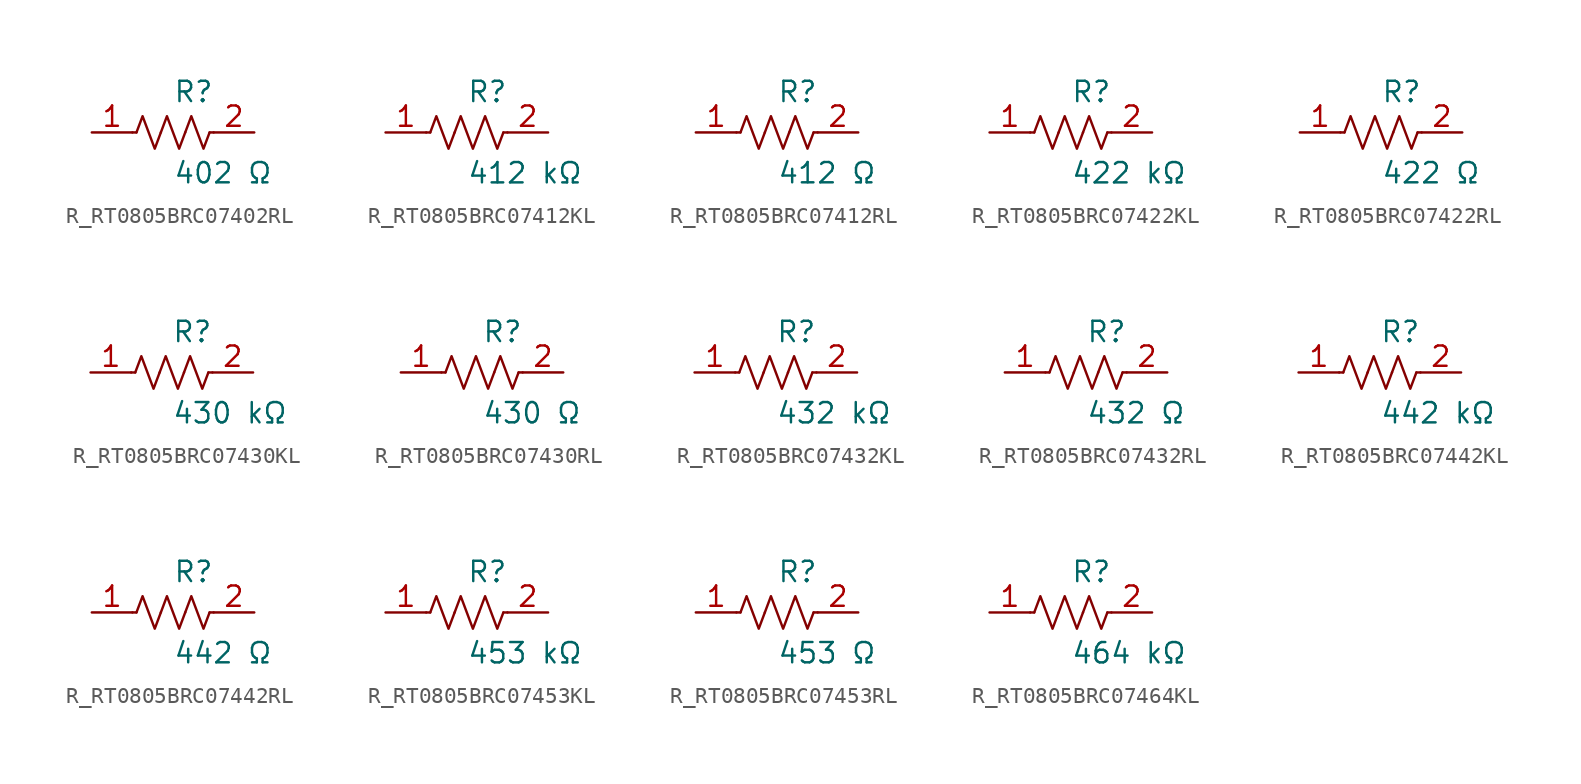
<source format=kicad_sym>
(kicad_symbol_lib
  (version 20231120)
  (generator kicad_symbol_editor)
  (generator_version 8.0)
  (symbol "R_RT0805BRC07402RL"
    (pin_names
      (offset 0.254))
    (property "Reference" "R"
      (at 0 2.54 0)
      (effects (font (size 1.27 1.27)) (justify left)))
    (property "Value" "402 Ω"
      (at 0 -2.54 0)
      (effects (font (size 1.27 1.27)) (justify left)))
    (symbol "R_RT0805BRC07402RL_0_1"
      (polyline (pts (xy 2.286 0) (xy 2.54 0)) (stroke (width 0) (type default)) (fill (type none)))
      (polyline (pts (xy -2.286 0) (xy -2.54 0)) (stroke (width 0) (type default)) (fill (type none)))
      (polyline (pts (xy 0.762 0) (xy 1.143 1.016) (xy 1.524 0) (xy 1.905 -1.016) (xy 2.286 0)) (stroke (width 0) (type default)) (fill (type none)))
      (polyline (pts (xy -0.762 0) (xy -0.381 1.016) (xy 0 0) (xy 0.381 -1.016) (xy 0.762 0)) (stroke (width 0) (type default)) (fill (type none)))
      (polyline (pts (xy -2.286 0) (xy -1.905 1.016) (xy -1.524 0) (xy -1.143 -1.016) (xy -0.762 0)) (stroke (width 0) (type default)) (fill (type none))))
    (pin unspecified line
      (at -5.08 0 0)
      (length 2.54)
      (name "" (effects (font (size 1.27 1.27))))
      (number "1" (effects (font (size 1.27 1.27)))))
    (pin unspecified line
      (at 5.08 0 180)
      (length 2.54)
      (name "" (effects (font (size 1.27 1.27))))
      (number "2" (effects (font (size 1.27 1.27))))))
  (symbol "R_RT0805BRC07412KL"
    (pin_names
      (offset 0.254))
    (property "Reference" "R"
      (at 0 2.54 0)
      (effects (font (size 1.27 1.27)) (justify left)))
    (property "Value" "412 kΩ"
      (at 0 -2.54 0)
      (effects (font (size 1.27 1.27)) (justify left)))
    (symbol "R_RT0805BRC07412KL_0_1"
      (polyline (pts (xy 2.286 0) (xy 2.54 0)) (stroke (width 0) (type default)) (fill (type none)))
      (polyline (pts (xy -2.286 0) (xy -2.54 0)) (stroke (width 0) (type default)) (fill (type none)))
      (polyline (pts (xy 0.762 0) (xy 1.143 1.016) (xy 1.524 0) (xy 1.905 -1.016) (xy 2.286 0)) (stroke (width 0) (type default)) (fill (type none)))
      (polyline (pts (xy -0.762 0) (xy -0.381 1.016) (xy 0 0) (xy 0.381 -1.016) (xy 0.762 0)) (stroke (width 0) (type default)) (fill (type none)))
      (polyline (pts (xy -2.286 0) (xy -1.905 1.016) (xy -1.524 0) (xy -1.143 -1.016) (xy -0.762 0)) (stroke (width 0) (type default)) (fill (type none))))
    (pin unspecified line
      (at -5.08 0 0)
      (length 2.54)
      (name "" (effects (font (size 1.27 1.27))))
      (number "1" (effects (font (size 1.27 1.27)))))
    (pin unspecified line
      (at 5.08 0 180)
      (length 2.54)
      (name "" (effects (font (size 1.27 1.27))))
      (number "2" (effects (font (size 1.27 1.27))))))
  (symbol "R_RT0805BRC07412RL"
    (pin_names
      (offset 0.254))
    (property "Reference" "R"
      (at 0 2.54 0)
      (effects (font (size 1.27 1.27)) (justify left)))
    (property "Value" "412 Ω"
      (at 0 -2.54 0)
      (effects (font (size 1.27 1.27)) (justify left)))
    (symbol "R_RT0805BRC07412RL_0_1"
      (polyline (pts (xy 2.286 0) (xy 2.54 0)) (stroke (width 0) (type default)) (fill (type none)))
      (polyline (pts (xy -2.286 0) (xy -2.54 0)) (stroke (width 0) (type default)) (fill (type none)))
      (polyline (pts (xy 0.762 0) (xy 1.143 1.016) (xy 1.524 0) (xy 1.905 -1.016) (xy 2.286 0)) (stroke (width 0) (type default)) (fill (type none)))
      (polyline (pts (xy -0.762 0) (xy -0.381 1.016) (xy 0 0) (xy 0.381 -1.016) (xy 0.762 0)) (stroke (width 0) (type default)) (fill (type none)))
      (polyline (pts (xy -2.286 0) (xy -1.905 1.016) (xy -1.524 0) (xy -1.143 -1.016) (xy -0.762 0)) (stroke (width 0) (type default)) (fill (type none))))
    (pin unspecified line
      (at -5.08 0 0)
      (length 2.54)
      (name "" (effects (font (size 1.27 1.27))))
      (number "1" (effects (font (size 1.27 1.27)))))
    (pin unspecified line
      (at 5.08 0 180)
      (length 2.54)
      (name "" (effects (font (size 1.27 1.27))))
      (number "2" (effects (font (size 1.27 1.27))))))
  (symbol "R_RT0805BRC07422KL"
    (pin_names
      (offset 0.254))
    (property "Reference" "R"
      (at 0 2.54 0)
      (effects (font (size 1.27 1.27)) (justify left)))
    (property "Value" "422 kΩ"
      (at 0 -2.54 0)
      (effects (font (size 1.27 1.27)) (justify left)))
    (symbol "R_RT0805BRC07422KL_0_1"
      (polyline (pts (xy 2.286 0) (xy 2.54 0)) (stroke (width 0) (type default)) (fill (type none)))
      (polyline (pts (xy -2.286 0) (xy -2.54 0)) (stroke (width 0) (type default)) (fill (type none)))
      (polyline (pts (xy 0.762 0) (xy 1.143 1.016) (xy 1.524 0) (xy 1.905 -1.016) (xy 2.286 0)) (stroke (width 0) (type default)) (fill (type none)))
      (polyline (pts (xy -0.762 0) (xy -0.381 1.016) (xy 0 0) (xy 0.381 -1.016) (xy 0.762 0)) (stroke (width 0) (type default)) (fill (type none)))
      (polyline (pts (xy -2.286 0) (xy -1.905 1.016) (xy -1.524 0) (xy -1.143 -1.016) (xy -0.762 0)) (stroke (width 0) (type default)) (fill (type none))))
    (pin unspecified line
      (at -5.08 0 0)
      (length 2.54)
      (name "" (effects (font (size 1.27 1.27))))
      (number "1" (effects (font (size 1.27 1.27)))))
    (pin unspecified line
      (at 5.08 0 180)
      (length 2.54)
      (name "" (effects (font (size 1.27 1.27))))
      (number "2" (effects (font (size 1.27 1.27))))))
  (symbol "R_RT0805BRC07422RL"
    (pin_names
      (offset 0.254))
    (property "Reference" "R"
      (at 0 2.54 0)
      (effects (font (size 1.27 1.27)) (justify left)))
    (property "Value" "422 Ω"
      (at 0 -2.54 0)
      (effects (font (size 1.27 1.27)) (justify left)))
    (symbol "R_RT0805BRC07422RL_0_1"
      (polyline (pts (xy 2.286 0) (xy 2.54 0)) (stroke (width 0) (type default)) (fill (type none)))
      (polyline (pts (xy -2.286 0) (xy -2.54 0)) (stroke (width 0) (type default)) (fill (type none)))
      (polyline (pts (xy 0.762 0) (xy 1.143 1.016) (xy 1.524 0) (xy 1.905 -1.016) (xy 2.286 0)) (stroke (width 0) (type default)) (fill (type none)))
      (polyline (pts (xy -0.762 0) (xy -0.381 1.016) (xy 0 0) (xy 0.381 -1.016) (xy 0.762 0)) (stroke (width 0) (type default)) (fill (type none)))
      (polyline (pts (xy -2.286 0) (xy -1.905 1.016) (xy -1.524 0) (xy -1.143 -1.016) (xy -0.762 0)) (stroke (width 0) (type default)) (fill (type none))))
    (pin unspecified line
      (at -5.08 0 0)
      (length 2.54)
      (name "" (effects (font (size 1.27 1.27))))
      (number "1" (effects (font (size 1.27 1.27)))))
    (pin unspecified line
      (at 5.08 0 180)
      (length 2.54)
      (name "" (effects (font (size 1.27 1.27))))
      (number "2" (effects (font (size 1.27 1.27))))))
  (symbol "R_RT0805BRC07430KL"
    (pin_names
      (offset 0.254))
    (property "Reference" "R"
      (at 0 2.54 0)
      (effects (font (size 1.27 1.27)) (justify left)))
    (property "Value" "430 kΩ"
      (at 0 -2.54 0)
      (effects (font (size 1.27 1.27)) (justify left)))
    (symbol "R_RT0805BRC07430KL_0_1"
      (polyline (pts (xy 2.286 0) (xy 2.54 0)) (stroke (width 0) (type default)) (fill (type none)))
      (polyline (pts (xy -2.286 0) (xy -2.54 0)) (stroke (width 0) (type default)) (fill (type none)))
      (polyline (pts (xy 0.762 0) (xy 1.143 1.016) (xy 1.524 0) (xy 1.905 -1.016) (xy 2.286 0)) (stroke (width 0) (type default)) (fill (type none)))
      (polyline (pts (xy -0.762 0) (xy -0.381 1.016) (xy 0 0) (xy 0.381 -1.016) (xy 0.762 0)) (stroke (width 0) (type default)) (fill (type none)))
      (polyline (pts (xy -2.286 0) (xy -1.905 1.016) (xy -1.524 0) (xy -1.143 -1.016) (xy -0.762 0)) (stroke (width 0) (type default)) (fill (type none))))
    (pin unspecified line
      (at -5.08 0 0)
      (length 2.54)
      (name "" (effects (font (size 1.27 1.27))))
      (number "1" (effects (font (size 1.27 1.27)))))
    (pin unspecified line
      (at 5.08 0 180)
      (length 2.54)
      (name "" (effects (font (size 1.27 1.27))))
      (number "2" (effects (font (size 1.27 1.27))))))
  (symbol "R_RT0805BRC07430RL"
    (pin_names
      (offset 0.254))
    (property "Reference" "R"
      (at 0 2.54 0)
      (effects (font (size 1.27 1.27)) (justify left)))
    (property "Value" "430 Ω"
      (at 0 -2.54 0)
      (effects (font (size 1.27 1.27)) (justify left)))
    (symbol "R_RT0805BRC07430RL_0_1"
      (polyline (pts (xy 2.286 0) (xy 2.54 0)) (stroke (width 0) (type default)) (fill (type none)))
      (polyline (pts (xy -2.286 0) (xy -2.54 0)) (stroke (width 0) (type default)) (fill (type none)))
      (polyline (pts (xy 0.762 0) (xy 1.143 1.016) (xy 1.524 0) (xy 1.905 -1.016) (xy 2.286 0)) (stroke (width 0) (type default)) (fill (type none)))
      (polyline (pts (xy -0.762 0) (xy -0.381 1.016) (xy 0 0) (xy 0.381 -1.016) (xy 0.762 0)) (stroke (width 0) (type default)) (fill (type none)))
      (polyline (pts (xy -2.286 0) (xy -1.905 1.016) (xy -1.524 0) (xy -1.143 -1.016) (xy -0.762 0)) (stroke (width 0) (type default)) (fill (type none))))
    (pin unspecified line
      (at -5.08 0 0)
      (length 2.54)
      (name "" (effects (font (size 1.27 1.27))))
      (number "1" (effects (font (size 1.27 1.27)))))
    (pin unspecified line
      (at 5.08 0 180)
      (length 2.54)
      (name "" (effects (font (size 1.27 1.27))))
      (number "2" (effects (font (size 1.27 1.27))))))
  (symbol "R_RT0805BRC07432KL"
    (pin_names
      (offset 0.254))
    (property "Reference" "R"
      (at 0 2.54 0)
      (effects (font (size 1.27 1.27)) (justify left)))
    (property "Value" "432 kΩ"
      (at 0 -2.54 0)
      (effects (font (size 1.27 1.27)) (justify left)))
    (symbol "R_RT0805BRC07432KL_0_1"
      (polyline (pts (xy 2.286 0) (xy 2.54 0)) (stroke (width 0) (type default)) (fill (type none)))
      (polyline (pts (xy -2.286 0) (xy -2.54 0)) (stroke (width 0) (type default)) (fill (type none)))
      (polyline (pts (xy 0.762 0) (xy 1.143 1.016) (xy 1.524 0) (xy 1.905 -1.016) (xy 2.286 0)) (stroke (width 0) (type default)) (fill (type none)))
      (polyline (pts (xy -0.762 0) (xy -0.381 1.016) (xy 0 0) (xy 0.381 -1.016) (xy 0.762 0)) (stroke (width 0) (type default)) (fill (type none)))
      (polyline (pts (xy -2.286 0) (xy -1.905 1.016) (xy -1.524 0) (xy -1.143 -1.016) (xy -0.762 0)) (stroke (width 0) (type default)) (fill (type none))))
    (pin unspecified line
      (at -5.08 0 0)
      (length 2.54)
      (name "" (effects (font (size 1.27 1.27))))
      (number "1" (effects (font (size 1.27 1.27)))))
    (pin unspecified line
      (at 5.08 0 180)
      (length 2.54)
      (name "" (effects (font (size 1.27 1.27))))
      (number "2" (effects (font (size 1.27 1.27))))))
  (symbol "R_RT0805BRC07432RL"
    (pin_names
      (offset 0.254))
    (property "Reference" "R"
      (at 0 2.54 0)
      (effects (font (size 1.27 1.27)) (justify left)))
    (property "Value" "432 Ω"
      (at 0 -2.54 0)
      (effects (font (size 1.27 1.27)) (justify left)))
    (symbol "R_RT0805BRC07432RL_0_1"
      (polyline (pts (xy 2.286 0) (xy 2.54 0)) (stroke (width 0) (type default)) (fill (type none)))
      (polyline (pts (xy -2.286 0) (xy -2.54 0)) (stroke (width 0) (type default)) (fill (type none)))
      (polyline (pts (xy 0.762 0) (xy 1.143 1.016) (xy 1.524 0) (xy 1.905 -1.016) (xy 2.286 0)) (stroke (width 0) (type default)) (fill (type none)))
      (polyline (pts (xy -0.762 0) (xy -0.381 1.016) (xy 0 0) (xy 0.381 -1.016) (xy 0.762 0)) (stroke (width 0) (type default)) (fill (type none)))
      (polyline (pts (xy -2.286 0) (xy -1.905 1.016) (xy -1.524 0) (xy -1.143 -1.016) (xy -0.762 0)) (stroke (width 0) (type default)) (fill (type none))))
    (pin unspecified line
      (at -5.08 0 0)
      (length 2.54)
      (name "" (effects (font (size 1.27 1.27))))
      (number "1" (effects (font (size 1.27 1.27)))))
    (pin unspecified line
      (at 5.08 0 180)
      (length 2.54)
      (name "" (effects (font (size 1.27 1.27))))
      (number "2" (effects (font (size 1.27 1.27))))))
  (symbol "R_RT0805BRC07442KL"
    (pin_names
      (offset 0.254))
    (property "Reference" "R"
      (at 0 2.54 0)
      (effects (font (size 1.27 1.27)) (justify left)))
    (property "Value" "442 kΩ"
      (at 0 -2.54 0)
      (effects (font (size 1.27 1.27)) (justify left)))
    (symbol "R_RT0805BRC07442KL_0_1"
      (polyline (pts (xy 2.286 0) (xy 2.54 0)) (stroke (width 0) (type default)) (fill (type none)))
      (polyline (pts (xy -2.286 0) (xy -2.54 0)) (stroke (width 0) (type default)) (fill (type none)))
      (polyline (pts (xy 0.762 0) (xy 1.143 1.016) (xy 1.524 0) (xy 1.905 -1.016) (xy 2.286 0)) (stroke (width 0) (type default)) (fill (type none)))
      (polyline (pts (xy -0.762 0) (xy -0.381 1.016) (xy 0 0) (xy 0.381 -1.016) (xy 0.762 0)) (stroke (width 0) (type default)) (fill (type none)))
      (polyline (pts (xy -2.286 0) (xy -1.905 1.016) (xy -1.524 0) (xy -1.143 -1.016) (xy -0.762 0)) (stroke (width 0) (type default)) (fill (type none))))
    (pin unspecified line
      (at -5.08 0 0)
      (length 2.54)
      (name "" (effects (font (size 1.27 1.27))))
      (number "1" (effects (font (size 1.27 1.27)))))
    (pin unspecified line
      (at 5.08 0 180)
      (length 2.54)
      (name "" (effects (font (size 1.27 1.27))))
      (number "2" (effects (font (size 1.27 1.27))))))
  (symbol "R_RT0805BRC07442RL"
    (pin_names
      (offset 0.254))
    (property "Reference" "R"
      (at 0 2.54 0)
      (effects (font (size 1.27 1.27)) (justify left)))
    (property "Value" "442 Ω"
      (at 0 -2.54 0)
      (effects (font (size 1.27 1.27)) (justify left)))
    (symbol "R_RT0805BRC07442RL_0_1"
      (polyline (pts (xy 2.286 0) (xy 2.54 0)) (stroke (width 0) (type default)) (fill (type none)))
      (polyline (pts (xy -2.286 0) (xy -2.54 0)) (stroke (width 0) (type default)) (fill (type none)))
      (polyline (pts (xy 0.762 0) (xy 1.143 1.016) (xy 1.524 0) (xy 1.905 -1.016) (xy 2.286 0)) (stroke (width 0) (type default)) (fill (type none)))
      (polyline (pts (xy -0.762 0) (xy -0.381 1.016) (xy 0 0) (xy 0.381 -1.016) (xy 0.762 0)) (stroke (width 0) (type default)) (fill (type none)))
      (polyline (pts (xy -2.286 0) (xy -1.905 1.016) (xy -1.524 0) (xy -1.143 -1.016) (xy -0.762 0)) (stroke (width 0) (type default)) (fill (type none))))
    (pin unspecified line
      (at -5.08 0 0)
      (length 2.54)
      (name "" (effects (font (size 1.27 1.27))))
      (number "1" (effects (font (size 1.27 1.27)))))
    (pin unspecified line
      (at 5.08 0 180)
      (length 2.54)
      (name "" (effects (font (size 1.27 1.27))))
      (number "2" (effects (font (size 1.27 1.27))))))
  (symbol "R_RT0805BRC07453KL"
    (pin_names
      (offset 0.254))
    (property "Reference" "R"
      (at 0 2.54 0)
      (effects (font (size 1.27 1.27)) (justify left)))
    (property "Value" "453 kΩ"
      (at 0 -2.54 0)
      (effects (font (size 1.27 1.27)) (justify left)))
    (symbol "R_RT0805BRC07453KL_0_1"
      (polyline (pts (xy 2.286 0) (xy 2.54 0)) (stroke (width 0) (type default)) (fill (type none)))
      (polyline (pts (xy -2.286 0) (xy -2.54 0)) (stroke (width 0) (type default)) (fill (type none)))
      (polyline (pts (xy 0.762 0) (xy 1.143 1.016) (xy 1.524 0) (xy 1.905 -1.016) (xy 2.286 0)) (stroke (width 0) (type default)) (fill (type none)))
      (polyline (pts (xy -0.762 0) (xy -0.381 1.016) (xy 0 0) (xy 0.381 -1.016) (xy 0.762 0)) (stroke (width 0) (type default)) (fill (type none)))
      (polyline (pts (xy -2.286 0) (xy -1.905 1.016) (xy -1.524 0) (xy -1.143 -1.016) (xy -0.762 0)) (stroke (width 0) (type default)) (fill (type none))))
    (pin unspecified line
      (at -5.08 0 0)
      (length 2.54)
      (name "" (effects (font (size 1.27 1.27))))
      (number "1" (effects (font (size 1.27 1.27)))))
    (pin unspecified line
      (at 5.08 0 180)
      (length 2.54)
      (name "" (effects (font (size 1.27 1.27))))
      (number "2" (effects (font (size 1.27 1.27))))))
  (symbol "R_RT0805BRC07453RL"
    (pin_names
      (offset 0.254))
    (property "Reference" "R"
      (at 0 2.54 0)
      (effects (font (size 1.27 1.27)) (justify left)))
    (property "Value" "453 Ω"
      (at 0 -2.54 0)
      (effects (font (size 1.27 1.27)) (justify left)))
    (symbol "R_RT0805BRC07453RL_0_1"
      (polyline (pts (xy 2.286 0) (xy 2.54 0)) (stroke (width 0) (type default)) (fill (type none)))
      (polyline (pts (xy -2.286 0) (xy -2.54 0)) (stroke (width 0) (type default)) (fill (type none)))
      (polyline (pts (xy 0.762 0) (xy 1.143 1.016) (xy 1.524 0) (xy 1.905 -1.016) (xy 2.286 0)) (stroke (width 0) (type default)) (fill (type none)))
      (polyline (pts (xy -0.762 0) (xy -0.381 1.016) (xy 0 0) (xy 0.381 -1.016) (xy 0.762 0)) (stroke (width 0) (type default)) (fill (type none)))
      (polyline (pts (xy -2.286 0) (xy -1.905 1.016) (xy -1.524 0) (xy -1.143 -1.016) (xy -0.762 0)) (stroke (width 0) (type default)) (fill (type none))))
    (pin unspecified line
      (at -5.08 0 0)
      (length 2.54)
      (name "" (effects (font (size 1.27 1.27))))
      (number "1" (effects (font (size 1.27 1.27)))))
    (pin unspecified line
      (at 5.08 0 180)
      (length 2.54)
      (name "" (effects (font (size 1.27 1.27))))
      (number "2" (effects (font (size 1.27 1.27))))))
  (symbol "R_RT0805BRC07464KL"
    (pin_names
      (offset 0.254))
    (property "Reference" "R"
      (at 0 2.54 0)
      (effects (font (size 1.27 1.27)) (justify left)))
    (property "Value" "464 kΩ"
      (at 0 -2.54 0)
      (effects (font (size 1.27 1.27)) (justify left)))
    (symbol "R_RT0805BRC07464KL_0_1"
      (polyline (pts (xy 2.286 0) (xy 2.54 0)) (stroke (width 0) (type default)) (fill (type none)))
      (polyline (pts (xy -2.286 0) (xy -2.54 0)) (stroke (width 0) (type default)) (fill (type none)))
      (polyline (pts (xy 0.762 0) (xy 1.143 1.016) (xy 1.524 0) (xy 1.905 -1.016) (xy 2.286 0)) (stroke (width 0) (type default)) (fill (type none)))
      (polyline (pts (xy -0.762 0) (xy -0.381 1.016) (xy 0 0) (xy 0.381 -1.016) (xy 0.762 0)) (stroke (width 0) (type default)) (fill (type none)))
      (polyline (pts (xy -2.286 0) (xy -1.905 1.016) (xy -1.524 0) (xy -1.143 -1.016) (xy -0.762 0)) (stroke (width 0) (type default)) (fill (type none))))
    (pin unspecified line
      (at -5.08 0 0)
      (length 2.54)
      (name "" (effects (font (size 1.27 1.27))))
      (number "1" (effects (font (size 1.27 1.27)))))
    (pin unspecified line
      (at 5.08 0 180)
      (length 2.54)
      (name "" (effects (font (size 1.27 1.27))))
      (number "2" (effects (font (size 1.27 1.27)))))))
</source>
